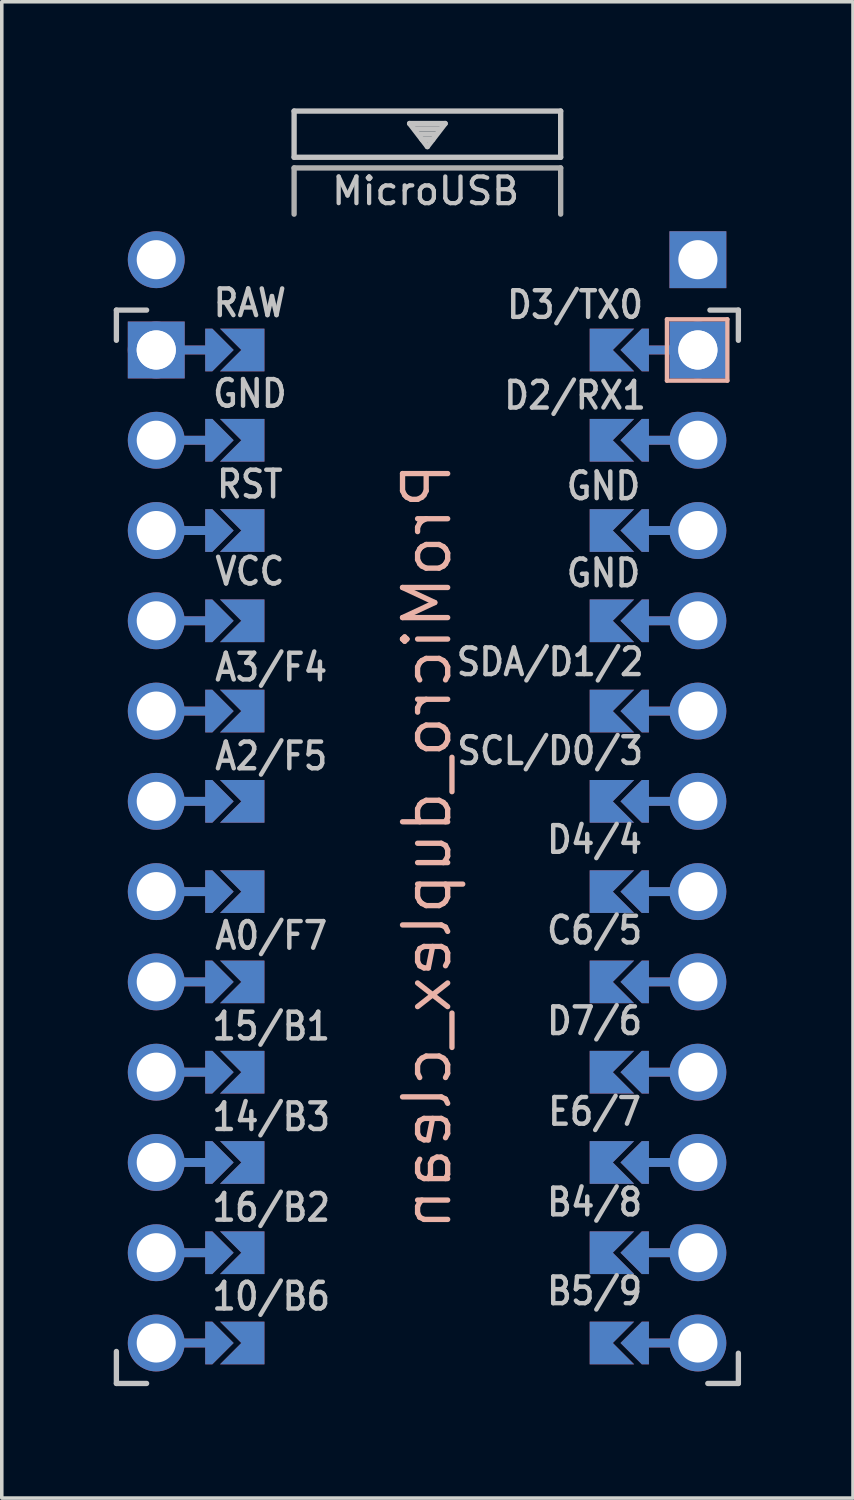
<source format=kicad_pcb>
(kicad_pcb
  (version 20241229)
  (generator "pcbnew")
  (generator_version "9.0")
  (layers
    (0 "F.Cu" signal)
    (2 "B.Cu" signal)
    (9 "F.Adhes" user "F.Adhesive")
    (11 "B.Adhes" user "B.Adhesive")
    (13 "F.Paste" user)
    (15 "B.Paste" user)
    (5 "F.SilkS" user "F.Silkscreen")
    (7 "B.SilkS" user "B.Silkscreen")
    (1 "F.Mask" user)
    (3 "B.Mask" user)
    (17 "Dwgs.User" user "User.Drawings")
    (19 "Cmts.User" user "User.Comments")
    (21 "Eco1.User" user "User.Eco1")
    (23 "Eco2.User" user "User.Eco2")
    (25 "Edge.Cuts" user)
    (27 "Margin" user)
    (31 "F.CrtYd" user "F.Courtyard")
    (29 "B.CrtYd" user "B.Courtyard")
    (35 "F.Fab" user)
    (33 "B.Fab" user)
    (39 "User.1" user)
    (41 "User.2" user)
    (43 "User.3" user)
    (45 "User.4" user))
  (footprint "ProMicro_duplex_clean"
    (layer "F.Cu")
    (at 8.966 20.767)
    (property "Reference" "ProMicro_duplex_clean" (at 0 0 90) (layer "B.SilkS") (effects (font (size 1.27 1.27) (thickness 0.15)) (justify mirror)))
    (attr through_hole)
    (fp_poly (pts (xy -5.08 -13.462) (xy -5.08 -14.478) (xy -6.096 -14.478) (xy -6.096 -13.462)) (stroke (width 0.1) (type solid)) (fill yes) (layer "F.Mask"))
    (fp_poly (pts (xy -5.08 -10.922) (xy -5.08 -11.938) (xy -6.096 -11.938) (xy -6.096 -10.922)) (stroke (width 0.1) (type solid)) (fill yes) (layer "F.Mask"))
    (fp_poly (pts (xy -5.08 -8.382) (xy -5.08 -9.398) (xy -6.096 -9.398) (xy -6.096 -8.382)) (stroke (width 0.1) (type solid)) (fill yes) (layer "F.Mask"))
    (fp_poly (pts (xy -5.08 -5.842) (xy -5.08 -6.858) (xy -6.096 -6.858) (xy -6.096 -5.842)) (stroke (width 0.1) (type solid)) (fill yes) (layer "F.Mask"))
    (fp_poly (pts (xy -5.08 -3.302) (xy -5.08 -4.318) (xy -6.096 -4.318) (xy -6.096 -3.302)) (stroke (width 0.1) (type solid)) (fill yes) (layer "F.Mask"))
    (fp_poly (pts (xy -5.08 -0.762) (xy -5.08 -1.778) (xy -6.096 -1.778) (xy -6.096 -0.762)) (stroke (width 0.1) (type solid)) (fill yes) (layer "F.Mask"))
    (fp_poly (pts (xy -5.08 1.778) (xy -5.08 0.762) (xy -6.096 0.762) (xy -6.096 1.778)) (stroke (width 0.1) (type solid)) (fill yes) (layer "F.Mask"))
    (fp_poly (pts (xy -5.08 4.318) (xy -5.08 3.302) (xy -6.096 3.302) (xy -6.096 4.318)) (stroke (width 0.1) (type solid)) (fill yes) (layer "F.Mask"))
    (fp_poly (pts (xy -5.08 6.858) (xy -5.08 5.842) (xy -6.096 5.842) (xy -6.096 6.858)) (stroke (width 0.1) (type solid)) (fill yes) (layer "F.Mask"))
    (fp_poly (pts (xy -5.08 9.398) (xy -5.08 8.382) (xy -6.096 8.382) (xy -6.096 9.398)) (stroke (width 0.1) (type solid)) (fill yes) (layer "F.Mask"))
    (fp_poly (pts (xy -5.08 11.938) (xy -5.08 10.922) (xy -6.096 10.922) (xy -6.096 11.938)) (stroke (width 0.1) (type solid)) (fill yes) (layer "F.Mask"))
    (fp_poly (pts (xy -5.08 14.478) (xy -5.08 13.462) (xy -6.096 13.462) (xy -6.096 14.478)) (stroke (width 0.1) (type solid)) (fill yes) (layer "F.Mask"))
    (fp_poly (pts (xy 5.08 -14.478) (xy 5.08 -13.462) (xy 6.096 -13.462) (xy 6.096 -14.478)) (stroke (width 0.1) (type solid)) (fill yes) (layer "F.Mask"))
    (fp_poly (pts (xy 5.08 -11.938) (xy 5.08 -10.922) (xy 6.096 -10.922) (xy 6.096 -11.938)) (stroke (width 0.1) (type solid)) (fill yes) (layer "F.Mask"))
    (fp_poly (pts (xy 5.08 -9.398) (xy 5.08 -8.382) (xy 6.096 -8.382) (xy 6.096 -9.398)) (stroke (width 0.1) (type solid)) (fill yes) (layer "F.Mask"))
    (fp_poly (pts (xy 5.08 -6.858) (xy 5.08 -5.842) (xy 6.096 -5.842) (xy 6.096 -6.858)) (stroke (width 0.1) (type solid)) (fill yes) (layer "F.Mask"))
    (fp_poly (pts (xy 5.08 -4.318) (xy 5.08 -3.302) (xy 6.096 -3.302) (xy 6.096 -4.318)) (stroke (width 0.1) (type solid)) (fill yes) (layer "F.Mask"))
    (fp_poly (pts (xy 5.08 -1.778) (xy 5.08 -0.762) (xy 6.096 -0.762) (xy 6.096 -1.778)) (stroke (width 0.1) (type solid)) (fill yes) (layer "F.Mask"))
    (fp_poly (pts (xy 5.08 0.762) (xy 5.08 1.778) (xy 6.096 1.778) (xy 6.096 0.762)) (stroke (width 0.1) (type solid)) (fill yes) (layer "F.Mask"))
    (fp_poly (pts (xy 5.08 3.302) (xy 5.08 4.318) (xy 6.096 4.318) (xy 6.096 3.302)) (stroke (width 0.1) (type solid)) (fill yes) (layer "F.Mask"))
    (fp_poly (pts (xy 5.08 5.842) (xy 5.08 6.858) (xy 6.096 6.858) (xy 6.096 5.842)) (stroke (width 0.1) (type solid)) (fill yes) (layer "F.Mask"))
    (fp_poly (pts (xy 5.08 8.382) (xy 5.08 9.398) (xy 6.096 9.398) (xy 6.096 8.382)) (stroke (width 0.1) (type solid)) (fill yes) (layer "F.Mask"))
    (fp_poly (pts (xy 5.08 10.922) (xy 5.08 11.938) (xy 6.096 11.938) (xy 6.096 10.922)) (stroke (width 0.1) (type solid)) (fill yes) (layer "F.Mask"))
    (fp_poly (pts (xy 5.08 13.462) (xy 5.08 14.478) (xy 6.096 14.478) (xy 6.096 13.462)) (stroke (width 0.1) (type solid)) (fill yes) (layer "F.Mask"))
    (fp_poly (pts (xy -5.08 -13.462) (xy -5.08 -14.478) (xy -6.096 -14.478) (xy -6.096 -13.462)) (stroke (width 0.1) (type solid)) (fill yes) (layer "B.Mask"))
    (fp_poly (pts (xy -5.08 -10.922) (xy -5.08 -11.938) (xy -6.096 -11.938) (xy -6.096 -10.922)) (stroke (width 0.1) (type solid)) (fill yes) (layer "B.Mask"))
    (fp_poly (pts (xy -5.08 -8.382) (xy -5.08 -9.398) (xy -6.096 -9.398) (xy -6.096 -8.382)) (stroke (width 0.1) (type solid)) (fill yes) (layer "B.Mask"))
    (fp_poly (pts (xy -5.08 -5.842) (xy -5.08 -6.858) (xy -6.096 -6.858) (xy -6.096 -5.842)) (stroke (width 0.1) (type solid)) (fill yes) (layer "B.Mask"))
    (fp_poly (pts (xy -5.08 -3.302) (xy -5.08 -4.318) (xy -6.096 -4.318) (xy -6.096 -3.302)) (stroke (width 0.1) (type solid)) (fill yes) (layer "B.Mask"))
    (fp_poly (pts (xy -5.08 -0.762) (xy -5.08 -1.778) (xy -6.096 -1.778) (xy -6.096 -0.762)) (stroke (width 0.1) (type solid)) (fill yes) (layer "B.Mask"))
    (fp_poly (pts (xy -5.08 1.778) (xy -5.08 0.762) (xy -6.096 0.762) (xy -6.096 1.778)) (stroke (width 0.1) (type solid)) (fill yes) (layer "B.Mask"))
    (fp_poly (pts (xy -5.08 4.318) (xy -5.08 3.302) (xy -6.096 3.302) (xy -6.096 4.318)) (stroke (width 0.1) (type solid)) (fill yes) (layer "B.Mask"))
    (fp_poly (pts (xy -5.08 6.858) (xy -5.08 5.842) (xy -6.096 5.842) (xy -6.096 6.858)) (stroke (width 0.1) (type solid)) (fill yes) (layer "B.Mask"))
    (fp_poly (pts (xy -5.08 9.398) (xy -5.08 8.382) (xy -6.096 8.382) (xy -6.096 9.398)) (stroke (width 0.1) (type solid)) (fill yes) (layer "B.Mask"))
    (fp_poly (pts (xy -5.08 11.938) (xy -5.08 10.922) (xy -6.096 10.922) (xy -6.096 11.938)) (stroke (width 0.1) (type solid)) (fill yes) (layer "B.Mask"))
    (fp_poly (pts (xy -5.08 14.478) (xy -5.08 13.462) (xy -6.096 13.462) (xy -6.096 14.478)) (stroke (width 0.1) (type solid)) (fill yes) (layer "B.Mask"))
    (fp_poly (pts (xy 5.08 -14.478) (xy 5.08 -13.462) (xy 6.096 -13.462) (xy 6.096 -14.478)) (stroke (width 0.1) (type solid)) (fill yes) (layer "B.Mask"))
    (fp_poly (pts (xy 5.08 -11.938) (xy 5.08 -10.922) (xy 6.096 -10.922) (xy 6.096 -11.938)) (stroke (width 0.1) (type solid)) (fill yes) (layer "B.Mask"))
    (fp_poly (pts (xy 5.08 -9.398) (xy 5.08 -8.382) (xy 6.096 -8.382) (xy 6.096 -9.398)) (stroke (width 0.1) (type solid)) (fill yes) (layer "B.Mask"))
    (fp_poly (pts (xy 5.08 -6.858) (xy 5.08 -5.842) (xy 6.096 -5.842) (xy 6.096 -6.858)) (stroke (width 0.1) (type solid)) (fill yes) (layer "B.Mask"))
    (fp_poly (pts (xy 5.08 -4.318) (xy 5.08 -3.302) (xy 6.096 -3.302) (xy 6.096 -4.318)) (stroke (width 0.1) (type solid)) (fill yes) (layer "B.Mask"))
    (fp_poly (pts (xy 5.08 -1.778) (xy 5.08 -0.762) (xy 6.096 -0.762) (xy 6.096 -1.778)) (stroke (width 0.1) (type solid)) (fill yes) (layer "B.Mask"))
    (fp_poly (pts (xy 5.08 0.762) (xy 5.08 1.778) (xy 6.096 1.778) (xy 6.096 0.762)) (stroke (width 0.1) (type solid)) (fill yes) (layer "B.Mask"))
    (fp_poly (pts (xy 5.08 3.302) (xy 5.08 4.318) (xy 6.096 4.318) (xy 6.096 3.302)) (stroke (width 0.1) (type solid)) (fill yes) (layer "B.Mask"))
    (fp_poly (pts (xy 5.08 5.842) (xy 5.08 6.858) (xy 6.096 6.858) (xy 6.096 5.842)) (stroke (width 0.1) (type solid)) (fill yes) (layer "B.Mask"))
    (fp_poly (pts (xy 5.08 8.382) (xy 5.08 9.398) (xy 6.096 9.398) (xy 6.096 8.382)) (stroke (width 0.1) (type solid)) (fill yes) (layer "B.Mask"))
    (fp_poly (pts (xy 5.08 10.922) (xy 5.08 11.938) (xy 6.096 11.938) (xy 6.096 10.922)) (stroke (width 0.1) (type solid)) (fill yes) (layer "B.Mask"))
    (fp_poly (pts (xy 5.08 13.462) (xy 5.08 14.478) (xy 6.096 14.478) (xy 6.096 13.462)) (stroke (width 0.1) (type solid)) (fill yes) (layer "B.Mask"))
    (fp_line (start 6.748 -14.834) (end 8.45 -14.834) (stroke (width 0.12) (type solid)) (layer "B.SilkS"))
    (fp_line (start 6.748 -13.106) (end 6.748 -14.834) (stroke (width 0.12) (type solid)) (layer "B.SilkS"))
    (fp_line (start 8.45 -13.106) (end 6.748 -13.106) (stroke (width 0.12) (type solid)) (layer "B.SilkS"))
    (fp_line (start 8.45 -13.106) (end 8.45 -14.834) (stroke (width 0.12) (type solid)) (layer "B.SilkS"))
    (fp_line (start -8.741 -15.092) (end -8.741 -14.242) (stroke (width 0.15) (type solid)) (layer "Dwgs.User"))
    (fp_line (start -8.741 -15.092) (end -7.891 -15.092) (stroke (width 0.15) (type solid)) (layer "Dwgs.User"))
    (fp_line (start -8.741 14.208) (end -8.741 15.108) (stroke (width 0.15) (type solid)) (layer "Dwgs.User"))
    (fp_line (start -8.741 15.108) (end -7.891 15.108) (stroke (width 0.15) (type solid)) (layer "Dwgs.User"))
    (fp_line (start -3.741 -20.692) (end -3.741 -19.392) (stroke (width 0.15) (type solid)) (layer "Dwgs.User"))
    (fp_line (start -3.741 -19.392) (end 3.759 -19.392) (stroke (width 0.15) (type solid)) (layer "Dwgs.User"))
    (fp_line (start -0.491 -20.342) (end 0.509 -20.342) (stroke (width 0.15) (type solid)) (layer "Dwgs.User"))
    (fp_line (start -0.341 -20.192) (end 0.359 -20.192) (stroke (width 0.15) (type solid)) (layer "Dwgs.User"))
    (fp_line (start -0.241 -20.042) (end 0.259 -20.042) (stroke (width 0.15) (type solid)) (layer "Dwgs.User"))
    (fp_line (start -0.141 -19.892) (end 0.159 -19.892) (stroke (width 0.15) (type solid)) (layer "Dwgs.User"))
    (fp_line (start 0.009 -19.692) (end -0.491 -20.342) (stroke (width 0.15) (type solid)) (layer "Dwgs.User"))
    (fp_line (start 0.509 -20.342) (end 0.009 -19.692) (stroke (width 0.15) (type solid)) (layer "Dwgs.User"))
    (fp_line (start 3.759 -20.692) (end -3.741 -20.692) (stroke (width 0.15) (type solid)) (layer "Dwgs.User"))
    (fp_line (start 3.759 -19.392) (end 3.759 -20.692) (stroke (width 0.15) (type solid)) (layer "Dwgs.User"))
    (fp_line (start 8.759 -15.092) (end 7.959 -15.092) (stroke (width 0.15) (type solid)) (layer "Dwgs.User"))
    (fp_line (start 8.759 -15.092) (end 8.759 -14.242) (stroke (width 0.15) (type solid)) (layer "Dwgs.User"))
    (fp_line (start 8.759 14.258) (end 8.759 15.108) (stroke (width 0.15) (type solid)) (layer "Dwgs.User"))
    (fp_line (start 8.759 15.108) (end 7.899 15.108) (stroke (width 0.15) (type solid)) (layer "Dwgs.User"))
    (fp_line (start -8.891 -17.792) (end -3.741 -17.792) (stroke (width 0.15) (type solid)) (layer "Eco1.User"))
    (fp_line (start -8.891 15.258) (end -8.891 -17.792) (stroke (width 0.15) (type solid)) (layer "Eco1.User"))
    (fp_line (start -3.741 -17.792) (end 3.759 -17.792) (stroke (width 0.15) (type solid)) (layer "Eco1.User"))
    (fp_line (start 3.769 -17.792) (end 8.909 -17.792) (stroke (width 0.15) (type solid)) (layer "Eco1.User"))
    (fp_line (start 8.909 -17.792) (end 8.909 15.258) (stroke (width 0.15) (type solid)) (layer "Eco1.User"))
    (fp_line (start 8.909 15.258) (end -8.891 15.258) (stroke (width 0.15) (type solid)) (layer "Eco1.User"))
    (fp_line (start -3.741 -19.092) (end -3.741 -17.791) (stroke (width 0.15) (type solid)) (layer "F.Fab"))
    (fp_line (start -3.741 -19.092) (end 3.759 -19.092) (stroke (width 0.15) (type solid)) (layer "F.Fab"))
    (fp_line (start 3.759 -19.092) (end 3.759 -17.792) (stroke (width 0.15) (type solid)) (layer "F.Fab"))
    (fp_text user "A3/F4" (at -4.386 -5.042 0) (unlocked yes) (layer "Dwgs.User") (effects (font (size 0.75 0.67) (thickness 0.125))))
    (fp_text user "14/B3" (at -4.386 7.608 0) (unlocked yes) (layer "Dwgs.User") (effects (font (size 0.75 0.67) (thickness 0.125))))
    (fp_text user "RAW" (at -4.986 -15.292 0) (unlocked yes) (layer "Dwgs.User") (effects (font (size 0.75 0.67) (thickness 0.125))))
    (fp_text user "D3/TX0" (at 4.164 -15.242 0) (unlocked yes) (layer "Dwgs.User") (effects (font (size 0.75 0.67) (thickness 0.125))))
    (fp_text user "D2/RX1" (at 4.164 -12.692 0) (unlocked yes) (layer "Dwgs.User") (effects (font (size 0.75 0.67) (thickness 0.125))))
    (fp_text user "A2/F5" (at -4.386 -2.542 0) (unlocked yes) (layer "Dwgs.User") (effects (font (size 0.75 0.67) (thickness 0.125))))
    (fp_text user "VCC" (at -4.986 -7.742 0) (unlocked yes) (layer "Dwgs.User") (effects (font (size 0.75 0.67) (thickness 0.125))))
    (fp_text user "B4/8" (at 4.714 10.008 0) (unlocked yes) (layer "Dwgs.User") (effects (font (size 0.75 0.67) (thickness 0.125))))
    (fp_text user "SCL/D0/3" (at 3.464 -2.692 0) (unlocked yes) (layer "Dwgs.User") (effects (font (size 0.75 0.67) (thickness 0.125))))
    (fp_text user "MicroUSB" (at -0.041 -18.442 0) (layer "Dwgs.User") (effects (font (size 0.75 0.75) (thickness 0.12))))
    (fp_text user "SDA/D1/2" (at 3.464 -5.192 0) (unlocked yes) (layer "Dwgs.User") (effects (font (size 0.75 0.67) (thickness 0.125))))
    (fp_text user "GND" (at -4.986 -12.742 0) (unlocked yes) (layer "Dwgs.User") (effects (font (size 0.75 0.67) (thickness 0.125))))
    (fp_text user "16/B2" (at -4.386 10.158 0) (unlocked yes) (layer "Dwgs.User") (effects (font (size 0.75 0.67) (thickness 0.125))))
    (fp_text user "B5/9" (at 4.714 12.508 0) (unlocked yes) (layer "Dwgs.User") (effects (font (size 0.75 0.67) (thickness 0.125))))
    (fp_text user "E6/7" (at 4.714 7.458 0) (unlocked yes) (layer "Dwgs.User") (effects (font (size 0.75 0.67) (thickness 0.125))))
    (fp_text user "C6/5" (at 4.714 2.358 0) (unlocked yes) (layer "Dwgs.User") (effects (font (size 0.75 0.67) (thickness 0.125))))
    (fp_text user "RST" (at -4.986 -10.192 0) (unlocked yes) (layer "Dwgs.User") (effects (font (size 0.75 0.67) (thickness 0.125))))
    (fp_text user "10/B6" (at -4.386 12.658 0) (unlocked yes) (layer "Dwgs.User") (effects (font (size 0.75 0.67) (thickness 0.125))))
    (fp_text user "GND" (at 4.964 -10.142 0) (unlocked yes) (layer "Dwgs.User") (effects (font (size 0.75 0.67) (thickness 0.125))))
    (fp_text user "D4/4" (at 4.714 -0.192 0) (unlocked yes) (layer "Dwgs.User") (effects (font (size 0.75 0.67) (thickness 0.125))))
    (fp_text user "GND" (at 4.964 -7.692 0) (unlocked yes) (layer "Dwgs.User") (effects (font (size 0.75 0.67) (thickness 0.125))))
    (fp_text user "D7/6" (at 4.714 4.908 0) (unlocked yes) (layer "Dwgs.User") (effects (font (size 0.75 0.67) (thickness 0.125))))
    (fp_text user "A0/F7" (at -4.386 2.508 0) (unlocked yes) (layer "Dwgs.User") (effects (font (size 0.75 0.67) (thickness 0.125))))
    (fp_text user "15/B1" (at -4.386 5.058 0) (unlocked yes) (layer "Dwgs.User") (effects (font (size 0.75 0.67) (thickness 0.125))))
    (pad "" thru_hole circle (at -7.62 -13.97 90) (size 1.6 1.6) (drill 1.1) (layers "*.Cu" "*.Mask"))
    (pad "" thru_hole rect (at -7.62 -13.97 90) (size 1.6 1.6) (drill 1.1) (layers "*.Cu" "F.Mask"))
    (pad "" thru_hole circle (at -7.62 -11.43 90) (size 1.6 1.6) (drill 1.1) (layers "*.Cu" "*.Mask"))
    (pad "" thru_hole circle (at -7.62 -8.89 90) (size 1.6 1.6) (drill 1.1) (layers "*.Cu" "*.Mask"))
    (pad "" thru_hole circle (at -7.62 -6.35 90) (size 1.6 1.6) (drill 1.1) (layers "*.Cu" "*.Mask"))
    (pad "" thru_hole circle (at -7.62 -3.81 90) (size 1.6 1.6) (drill 1.1) (layers "*.Cu" "*.Mask"))
    (pad "" thru_hole circle (at -7.62 -1.27 90) (size 1.6 1.6) (drill 1.1) (layers "*.Cu" "*.Mask"))
    (pad "" thru_hole circle (at -7.62 1.27 90) (size 1.6 1.6) (drill 1.1) (layers "*.Cu" "*.Mask"))
    (pad "" thru_hole circle (at -7.62 3.81 90) (size 1.6 1.6) (drill 1.1) (layers "*.Cu" "*.Mask"))
    (pad "" thru_hole circle (at -7.62 6.35 90) (size 1.6 1.6) (drill 1.1) (layers "*.Cu" "*.Mask"))
    (pad "" thru_hole circle (at -7.62 8.89 90) (size 1.6 1.6) (drill 1.1) (layers "*.Cu" "*.Mask"))
    (pad "" thru_hole circle (at -7.62 11.43 90) (size 1.6 1.6) (drill 1.1) (layers "*.Cu" "*.Mask"))
    (pad "" thru_hole circle (at -7.62 13.97 90) (size 1.6 1.6) (drill 1.1) (layers "*.Cu" "*.Mask"))
    (pad "" smd custom (at -6.35 -13.97 90) (size 0.25 1) (layers "F.Cu") (options (anchor rect)) (primitives))
    (pad "" smd custom (at -6.35 -13.97 90) (size 0.25 1) (layers "B.Cu") (options (anchor rect)) (primitives))
    (pad "" smd custom (at -6.35 -11.43 90) (size 0.25 1) (layers "F.Cu") (options (anchor rect)) (primitives))
    (pad "" smd custom (at -6.35 -11.43 90) (size 0.25 1) (layers "B.Cu") (options (anchor rect)) (primitives))
    (pad "" smd custom (at -6.35 -8.89 90) (size 0.25 1) (layers "F.Cu") (options (anchor rect)) (primitives))
    (pad "" smd custom (at -6.35 -8.89 90) (size 0.25 1) (layers "B.Cu") (options (anchor rect)) (primitives))
    (pad "" smd custom (at -6.35 -6.35 90) (size 0.25 1) (layers "F.Cu") (options (anchor rect)) (primitives))
    (pad "" smd custom (at -6.35 -6.35 90) (size 0.25 1) (layers "B.Cu") (options (anchor rect)) (primitives))
    (pad "" smd custom (at -6.35 -3.81 90) (size 0.25 1) (layers "F.Cu") (options (anchor rect)) (primitives))
    (pad "" smd custom (at -6.35 -3.81 90) (size 0.25 1) (layers "B.Cu") (options (anchor rect)) (primitives))
    (pad "" smd custom (at -6.35 -1.27 90) (size 0.25 1) (layers "F.Cu") (options (anchor rect)) (primitives))
    (pad "" smd custom (at -6.35 -1.27 90) (size 0.25 1) (layers "B.Cu") (options (anchor rect)) (primitives))
    (pad "" smd custom (at -6.35 1.27 90) (size 0.25 1) (layers "F.Cu") (options (anchor rect)) (primitives))
    (pad "" smd custom (at -6.35 1.27 90) (size 0.25 1) (layers "B.Cu") (options (anchor rect)) (primitives))
    (pad "" smd custom (at -6.35 3.81 90) (size 0.25 1) (layers "F.Cu") (options (anchor rect)) (primitives))
    (pad "" smd custom (at -6.35 3.81 90) (size 0.25 1) (layers "B.Cu") (options (anchor rect)) (primitives))
    (pad "" smd custom (at -6.35 6.35 90) (size 0.25 1) (layers "F.Cu") (options (anchor rect)) (primitives))
    (pad "" smd custom (at -6.35 6.35 90) (size 0.25 1) (layers "B.Cu") (options (anchor rect)) (primitives))
    (pad "" smd custom (at -6.35 8.89 90) (size 0.25 1) (layers "F.Cu") (options (anchor rect)) (primitives))
    (pad "" smd custom (at -6.35 8.89 90) (size 0.25 1) (layers "B.Cu") (options (anchor rect)) (primitives))
    (pad "" smd custom (at -6.35 11.43 90) (size 0.25 1) (layers "F.Cu") (options (anchor rect)) (primitives))
    (pad "" smd custom (at -6.35 11.43 90) (size 0.25 1) (layers "B.Cu") (options (anchor rect)) (primitives))
    (pad "" smd custom (at -6.35 13.97 90) (size 0.25 1) (layers "F.Cu") (options (anchor rect)) (primitives))
    (pad "" smd custom (at -6.35 13.97 90) (size 0.25 1) (layers "B.Cu") (options (anchor rect)) (primitives))
    (pad "" smd custom (at -5.842 -13.97 90) (size 0.1 0.1) (layers "F.Cu" "F.Mask") (options (anchor rect)) (primitives (gr_poly (pts (xy -0.6 -0.2) (xy 0 0.4) (xy 0.6 -0.2) (xy 0.6 -0.4) (xy -0.6 -0.4)) (width 0) (fill yes))))
    (pad "" smd custom (at -5.842 -13.97 90) (size 0.1 0.1) (layers "B.Cu" "B.Mask") (options (anchor rect)) (primitives (gr_poly (pts (xy -0.6 -0.2) (xy 0 0.4) (xy 0.6 -0.2) (xy 0.6 -0.4) (xy -0.6 -0.4)) (width 0) (fill yes))))
    (pad "" smd custom (at -5.842 -11.43 90) (size 0.1 0.1) (layers "F.Cu" "F.Mask") (options (anchor rect)) (primitives (gr_poly (pts (xy -0.6 -0.2) (xy 0 0.4) (xy 0.6 -0.2) (xy 0.6 -0.4) (xy -0.6 -0.4)) (width 0) (fill yes))))
    (pad "" smd custom (at -5.842 -11.43 90) (size 0.1 0.1) (layers "B.Cu" "B.Mask") (options (anchor rect)) (primitives (gr_poly (pts (xy -0.6 -0.2) (xy 0 0.4) (xy 0.6 -0.2) (xy 0.6 -0.4) (xy -0.6 -0.4)) (width 0) (fill yes))))
    (pad "" smd custom (at -5.842 -8.89 90) (size 0.1 0.1) (layers "F.Cu" "F.Mask") (options (anchor rect)) (primitives (gr_poly (pts (xy -0.6 -0.2) (xy 0 0.4) (xy 0.6 -0.2) (xy 0.6 -0.4) (xy -0.6 -0.4)) (width 0) (fill yes))))
    (pad "" smd custom (at -5.842 -8.89 90) (size 0.1 0.1) (layers "B.Cu" "B.Mask") (options (anchor rect)) (primitives (gr_poly (pts (xy -0.6 -0.2) (xy 0 0.4) (xy 0.6 -0.2) (xy 0.6 -0.4) (xy -0.6 -0.4)) (width 0) (fill yes))))
    (pad "" smd custom (at -5.842 -6.35 90) (size 0.1 0.1) (layers "F.Cu" "F.Mask") (options (anchor rect)) (primitives (gr_poly (pts (xy -0.6 -0.2) (xy 0 0.4) (xy 0.6 -0.2) (xy 0.6 -0.4) (xy -0.6 -0.4)) (width 0) (fill yes))))
    (pad "" smd custom (at -5.842 -6.35 90) (size 0.1 0.1) (layers "B.Cu" "B.Mask") (options (anchor rect)) (primitives (gr_poly (pts (xy -0.6 -0.2) (xy 0 0.4) (xy 0.6 -0.2) (xy 0.6 -0.4) (xy -0.6 -0.4)) (width 0) (fill yes))))
    (pad "" smd custom (at -5.842 -3.81 90) (size 0.1 0.1) (layers "F.Cu" "F.Mask") (options (anchor rect)) (primitives (gr_poly (pts (xy -0.6 -0.2) (xy 0 0.4) (xy 0.6 -0.2) (xy 0.6 -0.4) (xy -0.6 -0.4)) (width 0) (fill yes))))
    (pad "" smd custom (at -5.842 -3.81 90) (size 0.1 0.1) (layers "B.Cu" "B.Mask") (options (anchor rect)) (primitives (gr_poly (pts (xy -0.6 -0.2) (xy 0 0.4) (xy 0.6 -0.2) (xy 0.6 -0.4) (xy -0.6 -0.4)) (width 0) (fill yes))))
    (pad "" smd custom (at -5.842 -1.27 90) (size 0.1 0.1) (layers "F.Cu" "F.Mask") (options (anchor rect)) (primitives (gr_poly (pts (xy -0.6 -0.2) (xy 0 0.4) (xy 0.6 -0.2) (xy 0.6 -0.4) (xy -0.6 -0.4)) (width 0) (fill yes))))
    (pad "" smd custom (at -5.842 -1.27 90) (size 0.1 0.1) (layers "B.Cu" "B.Mask") (options (anchor rect)) (primitives (gr_poly (pts (xy -0.6 -0.2) (xy 0 0.4) (xy 0.6 -0.2) (xy 0.6 -0.4) (xy -0.6 -0.4)) (width 0) (fill yes))))
    (pad "" smd custom (at -5.842 1.27 90) (size 0.1 0.1) (layers "F.Cu" "F.Mask") (options (anchor rect)) (primitives (gr_poly (pts (xy -0.6 -0.2) (xy 0 0.4) (xy 0.6 -0.2) (xy 0.6 -0.4) (xy -0.6 -0.4)) (width 0) (fill yes))))
    (pad "" smd custom (at -5.842 1.27 90) (size 0.1 0.1) (layers "B.Cu" "B.Mask") (options (anchor rect)) (primitives (gr_poly (pts (xy -0.6 -0.2) (xy 0 0.4) (xy 0.6 -0.2) (xy 0.6 -0.4) (xy -0.6 -0.4)) (width 0) (fill yes))))
    (pad "" smd custom (at -5.842 3.81 90) (size 0.1 0.1) (layers "F.Cu" "F.Mask") (options (anchor rect)) (primitives (gr_poly (pts (xy -0.6 -0.2) (xy 0 0.4) (xy 0.6 -0.2) (xy 0.6 -0.4) (xy -0.6 -0.4)) (width 0) (fill yes))))
    (pad "" smd custom (at -5.842 3.81 90) (size 0.1 0.1) (layers "B.Cu" "B.Mask") (options (anchor rect)) (primitives (gr_poly (pts (xy -0.6 -0.2) (xy 0 0.4) (xy 0.6 -0.2) (xy 0.6 -0.4) (xy -0.6 -0.4)) (width 0) (fill yes))))
    (pad "" smd custom (at -5.842 6.35 90) (size 0.1 0.1) (layers "F.Cu" "F.Mask") (options (anchor rect)) (primitives (gr_poly (pts (xy -0.6 -0.2) (xy 0 0.4) (xy 0.6 -0.2) (xy 0.6 -0.4) (xy -0.6 -0.4)) (width 0) (fill yes))))
    (pad "" smd custom (at -5.842 6.35 90) (size 0.1 0.1) (layers "B.Cu" "B.Mask") (options (anchor rect)) (primitives (gr_poly (pts (xy -0.6 -0.2) (xy 0 0.4) (xy 0.6 -0.2) (xy 0.6 -0.4) (xy -0.6 -0.4)) (width 0) (fill yes))))
    (pad "" smd custom (at -5.842 8.89 90) (size 0.1 0.1) (layers "F.Cu" "F.Mask") (options (anchor rect)) (primitives (gr_poly (pts (xy -0.6 -0.2) (xy 0 0.4) (xy 0.6 -0.2) (xy 0.6 -0.4) (xy -0.6 -0.4)) (width 0) (fill yes))))
    (pad "" smd custom (at -5.842 8.89 90) (size 0.1 0.1) (layers "B.Cu" "B.Mask") (options (anchor rect)) (primitives (gr_poly (pts (xy -0.6 -0.2) (xy 0 0.4) (xy 0.6 -0.2) (xy 0.6 -0.4) (xy -0.6 -0.4)) (width 0) (fill yes))))
    (pad "" smd custom (at -5.842 11.43 90) (size 0.1 0.1) (layers "F.Cu" "F.Mask") (options (anchor rect)) (primitives (gr_poly (pts (xy -0.6 -0.2) (xy 0 0.4) (xy 0.6 -0.2) (xy 0.6 -0.4) (xy -0.6 -0.4)) (width 0) (fill yes))))
    (pad "" smd custom (at -5.842 11.43 90) (size 0.1 0.1) (layers "B.Cu" "B.Mask") (options (anchor rect)) (primitives (gr_poly (pts (xy -0.6 -0.2) (xy 0 0.4) (xy 0.6 -0.2) (xy 0.6 -0.4) (xy -0.6 -0.4)) (width 0) (fill yes))))
    (pad "" smd custom (at -5.842 13.97 90) (size 0.1 0.1) (layers "F.Cu" "F.Mask") (options (anchor rect)) (primitives (gr_poly (pts (xy -0.6 -0.2) (xy 0 0.4) (xy 0.6 -0.2) (xy 0.6 -0.4) (xy -0.6 -0.4)) (width 0) (fill yes))))
    (pad "" smd custom (at -5.842 13.97 90) (size 0.1 0.1) (layers "B.Cu" "B.Mask") (options (anchor rect)) (primitives (gr_poly (pts (xy -0.6 -0.2) (xy 0 0.4) (xy 0.6 -0.2) (xy 0.6 -0.4) (xy -0.6 -0.4)) (width 0) (fill yes))))
    (pad "" smd custom (at 5.842 -13.97 270) (size 0.1 0.1) (layers "F.Cu" "F.Mask") (options (anchor rect)) (primitives (gr_poly (pts (xy -0.6 -0.2) (xy 0 0.4) (xy 0.6 -0.2) (xy 0.6 -0.4) (xy -0.6 -0.4)) (width 0) (fill yes))))
    (pad "" smd custom (at 5.842 -13.97 270) (size 0.1 0.1) (layers "B.Cu" "B.Mask") (options (anchor rect)) (primitives (gr_poly (pts (xy -0.6 -0.2) (xy 0 0.4) (xy 0.6 -0.2) (xy 0.6 -0.4) (xy -0.6 -0.4)) (width 0) (fill yes))))
    (pad "" smd custom (at 5.842 -11.43 270) (size 0.1 0.1) (layers "F.Cu" "F.Mask") (options (anchor rect)) (primitives (gr_poly (pts (xy -0.6 -0.2) (xy 0 0.4) (xy 0.6 -0.2) (xy 0.6 -0.4) (xy -0.6 -0.4)) (width 0) (fill yes))))
    (pad "" smd custom (at 5.842 -11.43 270) (size 0.1 0.1) (layers "B.Cu" "B.Mask") (options (anchor rect)) (primitives (gr_poly (pts (xy -0.6 -0.2) (xy 0 0.4) (xy 0.6 -0.2) (xy 0.6 -0.4) (xy -0.6 -0.4)) (width 0) (fill yes))))
    (pad "" smd custom (at 5.842 -8.89 270) (size 0.1 0.1) (layers "F.Cu" "F.Mask") (options (anchor rect)) (primitives (gr_poly (pts (xy -0.6 -0.2) (xy 0 0.4) (xy 0.6 -0.2) (xy 0.6 -0.4) (xy -0.6 -0.4)) (width 0) (fill yes))))
    (pad "" smd custom (at 5.842 -8.89 270) (size 0.1 0.1) (layers "B.Cu" "B.Mask") (options (anchor rect)) (primitives (gr_poly (pts (xy -0.6 -0.2) (xy 0 0.4) (xy 0.6 -0.2) (xy 0.6 -0.4) (xy -0.6 -0.4)) (width 0) (fill yes))))
    (pad "" smd custom (at 5.842 -6.35 270) (size 0.1 0.1) (layers "F.Cu" "F.Mask") (options (anchor rect)) (primitives (gr_poly (pts (xy -0.6 -0.2) (xy 0 0.4) (xy 0.6 -0.2) (xy 0.6 -0.4) (xy -0.6 -0.4)) (width 0) (fill yes))))
    (pad "" smd custom (at 5.842 -6.35 270) (size 0.1 0.1) (layers "B.Cu" "B.Mask") (options (anchor rect)) (primitives (gr_poly (pts (xy -0.6 -0.2) (xy 0 0.4) (xy 0.6 -0.2) (xy 0.6 -0.4) (xy -0.6 -0.4)) (width 0) (fill yes))))
    (pad "" smd custom (at 5.842 -3.81 270) (size 0.1 0.1) (layers "F.Cu" "F.Mask") (options (anchor rect)) (primitives (gr_poly (pts (xy -0.6 -0.2) (xy 0 0.4) (xy 0.6 -0.2) (xy 0.6 -0.4) (xy -0.6 -0.4)) (width 0) (fill yes))))
    (pad "" smd custom (at 5.842 -3.81 270) (size 0.1 0.1) (layers "B.Cu" "B.Mask") (options (anchor rect)) (primitives (gr_poly (pts (xy -0.6 -0.2) (xy 0 0.4) (xy 0.6 -0.2) (xy 0.6 -0.4) (xy -0.6 -0.4)) (width 0) (fill yes))))
    (pad "" smd custom (at 5.842 -1.27 270) (size 0.1 0.1) (layers "F.Cu" "F.Mask") (options (anchor rect)) (primitives (gr_poly (pts (xy -0.6 -0.2) (xy 0 0.4) (xy 0.6 -0.2) (xy 0.6 -0.4) (xy -0.6 -0.4)) (width 0) (fill yes))))
    (pad "" smd custom (at 5.842 -1.27 270) (size 0.1 0.1) (layers "B.Cu" "B.Mask") (options (anchor rect)) (primitives (gr_poly (pts (xy -0.6 -0.2) (xy 0 0.4) (xy 0.6 -0.2) (xy 0.6 -0.4) (xy -0.6 -0.4)) (width 0) (fill yes))))
    (pad "" smd custom (at 5.842 1.27 270) (size 0.1 0.1) (layers "F.Cu" "F.Mask") (options (anchor rect)) (primitives (gr_poly (pts (xy -0.6 -0.2) (xy 0 0.4) (xy 0.6 -0.2) (xy 0.6 -0.4) (xy -0.6 -0.4)) (width 0) (fill yes))))
    (pad "" smd custom (at 5.842 1.27 270) (size 0.1 0.1) (layers "B.Cu" "B.Mask") (options (anchor rect)) (primitives (gr_poly (pts (xy -0.6 -0.2) (xy 0 0.4) (xy 0.6 -0.2) (xy 0.6 -0.4) (xy -0.6 -0.4)) (width 0) (fill yes))))
    (pad "" smd custom (at 5.842 3.81 270) (size 0.1 0.1) (layers "F.Cu" "F.Mask") (options (anchor rect)) (primitives (gr_poly (pts (xy -0.6 -0.2) (xy 0 0.4) (xy 0.6 -0.2) (xy 0.6 -0.4) (xy -0.6 -0.4)) (width 0) (fill yes))))
    (pad "" smd custom (at 5.842 3.81 270) (size 0.1 0.1) (layers "B.Cu" "B.Mask") (options (anchor rect)) (primitives (gr_poly (pts (xy -0.6 -0.2) (xy 0 0.4) (xy 0.6 -0.2) (xy 0.6 -0.4) (xy -0.6 -0.4)) (width 0) (fill yes))))
    (pad "" smd custom (at 5.842 6.35 270) (size 0.1 0.1) (layers "F.Cu" "F.Mask") (options (anchor rect)) (primitives (gr_poly (pts (xy -0.6 -0.2) (xy 0 0.4) (xy 0.6 -0.2) (xy 0.6 -0.4) (xy -0.6 -0.4)) (width 0) (fill yes))))
    (pad "" smd custom (at 5.842 6.35 270) (size 0.1 0.1) (layers "B.Cu" "B.Mask") (options (anchor rect)) (primitives (gr_poly (pts (xy -0.6 -0.2) (xy 0 0.4) (xy 0.6 -0.2) (xy 0.6 -0.4) (xy -0.6 -0.4)) (width 0) (fill yes))))
    (pad "" smd custom (at 5.842 8.89 270) (size 0.1 0.1) (layers "F.Cu" "F.Mask") (options (anchor rect)) (primitives (gr_poly (pts (xy -0.6 -0.2) (xy 0 0.4) (xy 0.6 -0.2) (xy 0.6 -0.4) (xy -0.6 -0.4)) (width 0) (fill yes))))
    (pad "" smd custom (at 5.842 8.89 270) (size 0.1 0.1) (layers "B.Cu" "B.Mask") (options (anchor rect)) (primitives (gr_poly (pts (xy -0.6 -0.2) (xy 0 0.4) (xy 0.6 -0.2) (xy 0.6 -0.4) (xy -0.6 -0.4)) (width 0) (fill yes))))
    (pad "" smd custom (at 5.842 11.43 270) (size 0.1 0.1) (layers "F.Cu" "F.Mask") (options (anchor rect)) (primitives (gr_poly (pts (xy -0.6 -0.2) (xy 0 0.4) (xy 0.6 -0.2) (xy 0.6 -0.4) (xy -0.6 -0.4)) (width 0) (fill yes))))
    (pad "" smd custom (at 5.842 11.43 270) (size 0.1 0.1) (layers "B.Cu" "B.Mask") (options (anchor rect)) (primitives (gr_poly (pts (xy -0.6 -0.2) (xy 0 0.4) (xy 0.6 -0.2) (xy 0.6 -0.4) (xy -0.6 -0.4)) (width 0) (fill yes))))
    (pad "" smd custom (at 5.842 13.97 270) (size 0.1 0.1) (layers "F.Cu" "F.Mask") (options (anchor rect)) (primitives (gr_poly (pts (xy -0.6 -0.2) (xy 0 0.4) (xy 0.6 -0.2) (xy 0.6 -0.4) (xy -0.6 -0.4)) (width 0) (fill yes))))
    (pad "" smd custom (at 5.842 13.97 270) (size 0.1 0.1) (layers "B.Cu" "B.Mask") (options (anchor rect)) (primitives (gr_poly (pts (xy -0.6 -0.2) (xy 0 0.4) (xy 0.6 -0.2) (xy 0.6 -0.4) (xy -0.6 -0.4)) (width 0) (fill yes))))
    (pad "" smd custom (at 6.35 -13.97 270) (size 0.25 1) (layers "F.Cu") (options (anchor rect)) (primitives))
    (pad "" smd custom (at 6.35 -13.97 270) (size 0.25 1) (layers "B.Cu") (options (anchor rect)) (primitives))
    (pad "" smd custom (at 6.35 -11.43 270) (size 0.25 1) (layers "F.Cu") (options (anchor rect)) (primitives))
    (pad "" smd custom (at 6.35 -11.43 270) (size 0.25 1) (layers "B.Cu") (options (anchor rect)) (primitives))
    (pad "" smd custom (at 6.35 -8.89 270) (size 0.25 1) (layers "F.Cu") (options (anchor rect)) (primitives))
    (pad "" smd custom (at 6.35 -8.89 270) (size 0.25 1) (layers "B.Cu") (options (anchor rect)) (primitives))
    (pad "" smd custom (at 6.35 -6.35 270) (size 0.25 1) (layers "F.Cu") (options (anchor rect)) (primitives))
    (pad "" smd custom (at 6.35 -6.35 270) (size 0.25 1) (layers "B.Cu") (options (anchor rect)) (primitives))
    (pad "" smd custom (at 6.35 -3.81 270) (size 0.25 1) (layers "F.Cu") (options (anchor rect)) (primitives))
    (pad "" smd custom (at 6.35 -3.81 270) (size 0.25 1) (layers "B.Cu") (options (anchor rect)) (primitives))
    (pad "" smd custom (at 6.35 -1.27 270) (size 0.25 1) (layers "F.Cu") (options (anchor rect)) (primitives))
    (pad "" smd custom (at 6.35 -1.27 270) (size 0.25 1) (layers "B.Cu") (options (anchor rect)) (primitives))
    (pad "" smd custom (at 6.35 1.27 270) (size 0.25 1) (layers "F.Cu") (options (anchor rect)) (primitives))
    (pad "" smd custom (at 6.35 1.27 270) (size 0.25 1) (layers "B.Cu") (options (anchor rect)) (primitives))
    (pad "" smd custom (at 6.35 3.81 270) (size 0.25 1) (layers "F.Cu") (options (anchor rect)) (primitives))
    (pad "" smd custom (at 6.35 3.81 270) (size 0.25 1) (layers "B.Cu") (options (anchor rect)) (primitives))
    (pad "" smd custom (at 6.35 6.35 270) (size 0.25 1) (layers "F.Cu") (options (anchor rect)) (primitives))
    (pad "" smd custom (at 6.35 6.35 270) (size 0.25 1) (layers "B.Cu") (options (anchor rect)) (primitives))
    (pad "" smd custom (at 6.35 8.89 270) (size 0.25 1) (layers "F.Cu") (options (anchor rect)) (primitives))
    (pad "" smd custom (at 6.35 8.89 270) (size 0.25 1) (layers "B.Cu") (options (anchor rect)) (primitives))
    (pad "" smd custom (at 6.35 11.43 270) (size 0.25 1) (layers "F.Cu") (options (anchor rect)) (primitives))
    (pad "" smd custom (at 6.35 11.43 270) (size 0.25 1) (layers "B.Cu") (options (anchor rect)) (primitives))
    (pad "" smd custom (at 6.35 13.97 270) (size 0.25 1) (layers "F.Cu") (options (anchor rect)) (primitives))
    (pad "" smd custom (at 6.35 13.97 270) (size 0.25 1) (layers "B.Cu") (options (anchor rect)) (primitives))
    (pad "" thru_hole circle (at 7.62 -13.97 90) (size 1.6 1.6) (drill 1.1) (layers "*.Cu" "*.Mask"))
    (pad "" thru_hole rect (at 7.62 -13.97 180) (size 1.6 1.6) (drill 1.1) (layers "*.Cu" "B.Mask"))
    (pad "" thru_hole circle (at 7.62 -11.43 90) (size 1.6 1.6) (drill 1.1) (layers "*.Cu" "*.Mask"))
    (pad "" thru_hole circle (at 7.62 -8.89 90) (size 1.6 1.6) (drill 1.1) (layers "*.Cu" "*.Mask"))
    (pad "" thru_hole circle (at 7.62 -6.35 90) (size 1.6 1.6) (drill 1.1) (layers "*.Cu" "*.Mask"))
    (pad "" thru_hole circle (at 7.62 -3.81 90) (size 1.6 1.6) (drill 1.1) (layers "*.Cu" "*.Mask"))
    (pad "" thru_hole circle (at 7.62 -1.27 90) (size 1.6 1.6) (drill 1.1) (layers "*.Cu" "*.Mask"))
    (pad "" thru_hole circle (at 7.62 1.27 90) (size 1.6 1.6) (drill 1.1) (layers "*.Cu" "*.Mask"))
    (pad "" thru_hole circle (at 7.62 3.81 90) (size 1.6 1.6) (drill 1.1) (layers "*.Cu" "*.Mask"))
    (pad "" thru_hole circle (at 7.62 6.35 90) (size 1.6 1.6) (drill 1.1) (layers "*.Cu" "*.Mask"))
    (pad "" thru_hole circle (at 7.62 8.89 90) (size 1.6 1.6) (drill 1.1) (layers "*.Cu" "*.Mask"))
    (pad "" thru_hole circle (at 7.62 11.43 90) (size 1.6 1.6) (drill 1.1) (layers "*.Cu" "*.Mask"))
    (pad "" thru_hole circle (at 7.62 13.97 90) (size 1.6 1.6) (drill 1.1) (layers "*.Cu" "*.Mask"))
    (pad "1" smd custom (at -4.826 -13.97 90) (size 1.2 0.5) (layers "F.Cu" "F.Mask") (options (anchor rect)) (primitives (gr_poly (pts (xy -0.6 0) (xy 0.6 0) (xy 0.6 -1) (xy 0 -0.4) (xy -0.6 -1)) (width 0) (fill yes))))
    (pad "1" smd custom (at 4.826 -13.97 270) (size 1.2 0.5) (layers "B.Cu" "B.Mask") (options (anchor rect)) (primitives (gr_poly (pts (xy -0.6 0) (xy 0.6 0) (xy 0.6 -1) (xy 0 -0.4) (xy -0.6 -1)) (width 0) (fill yes))))
    (pad "2" smd custom (at -4.826 -11.43 90) (size 1.2 0.5) (layers "F.Cu" "F.Mask") (options (anchor rect)) (primitives (gr_poly (pts (xy -0.6 0) (xy 0.6 0) (xy 0.6 -1) (xy 0 -0.4) (xy -0.6 -1)) (width 0) (fill yes))))
    (pad "2" smd custom (at 4.826 -11.43 270) (size 1.2 0.5) (layers "B.Cu" "B.Mask") (options (anchor rect)) (primitives (gr_poly (pts (xy -0.6 0) (xy 0.6 0) (xy 0.6 -1) (xy 0 -0.4) (xy -0.6 -1)) (width 0) (fill yes))))
    (pad "3" smd custom (at -4.826 -8.89 90) (size 1.2 0.5) (layers "F.Cu" "F.Mask") (options (anchor rect)) (primitives (gr_poly (pts (xy -0.6 0) (xy 0.6 0) (xy 0.6 -1) (xy 0 -0.4) (xy -0.6 -1)) (width 0) (fill yes))))
    (pad "3" smd custom (at 4.826 -8.89 270) (size 1.2 0.5) (layers "B.Cu" "B.Mask") (options (anchor rect)) (primitives (gr_poly (pts (xy -0.6 0) (xy 0.6 0) (xy 0.6 -1) (xy 0 -0.4) (xy -0.6 -1)) (width 0) (fill yes))))
    (pad "4" smd custom (at -4.826 -6.35 90) (size 1.2 0.5) (layers "F.Cu" "F.Mask") (options (anchor rect)) (primitives (gr_poly (pts (xy -0.6 0) (xy 0.6 0) (xy 0.6 -1) (xy 0 -0.4) (xy -0.6 -1)) (width 0) (fill yes))))
    (pad "4" smd custom (at 4.826 -6.35 270) (size 1.2 0.5) (layers "B.Cu" "B.Mask") (options (anchor rect)) (primitives (gr_poly (pts (xy -0.6 0) (xy 0.6 0) (xy 0.6 -1) (xy 0 -0.4) (xy -0.6 -1)) (width 0) (fill yes))))
    (pad "5" smd custom (at -4.826 -3.81 90) (size 1.2 0.5) (layers "F.Cu" "F.Mask") (options (anchor rect)) (primitives (gr_poly (pts (xy -0.6 0) (xy 0.6 0) (xy 0.6 -1) (xy 0 -0.4) (xy -0.6 -1)) (width 0) (fill yes))))
    (pad "5" smd custom (at 4.826 -3.81 270) (size 1.2 0.5) (layers "B.Cu" "B.Mask") (options (anchor rect)) (primitives (gr_poly (pts (xy -0.6 0) (xy 0.6 0) (xy 0.6 -1) (xy 0 -0.4) (xy -0.6 -1)) (width 0) (fill yes))))
    (pad "6" smd custom (at -4.826 -1.27 90) (size 1.2 0.5) (layers "F.Cu" "F.Mask") (options (anchor rect)) (primitives (gr_poly (pts (xy -0.6 0) (xy 0.6 0) (xy 0.6 -1) (xy 0 -0.4) (xy -0.6 -1)) (width 0) (fill yes))))
    (pad "6" smd custom (at 4.826 -1.27 270) (size 1.2 0.5) (layers "B.Cu" "B.Mask") (options (anchor rect)) (primitives (gr_poly (pts (xy -0.6 0) (xy 0.6 0) (xy 0.6 -1) (xy 0 -0.4) (xy -0.6 -1)) (width 0) (fill yes))))
    (pad "7" smd custom (at -4.826 1.27 90) (size 1.2 0.5) (layers "F.Cu" "F.Mask") (options (anchor rect)) (primitives (gr_poly (pts (xy -0.6 0) (xy 0.6 0) (xy 0.6 -1) (xy 0 -0.4) (xy -0.6 -1)) (width 0) (fill yes))))
    (pad "7" smd custom (at 4.826 1.27 270) (size 1.2 0.5) (layers "B.Cu" "B.Mask") (options (anchor rect)) (primitives (gr_poly (pts (xy -0.6 0) (xy 0.6 0) (xy 0.6 -1) (xy 0 -0.4) (xy -0.6 -1)) (width 0) (fill yes))))
    (pad "8" smd custom (at -4.826 3.81 90) (size 1.2 0.5) (layers "F.Cu" "F.Mask") (options (anchor rect)) (primitives (gr_poly (pts (xy -0.6 0) (xy 0.6 0) (xy 0.6 -1) (xy 0 -0.4) (xy -0.6 -1)) (width 0) (fill yes))))
    (pad "8" smd custom (at 4.826 3.81 270) (size 1.2 0.5) (layers "B.Cu" "B.Mask") (options (anchor rect)) (primitives (gr_poly (pts (xy -0.6 0) (xy 0.6 0) (xy 0.6 -1) (xy 0 -0.4) (xy -0.6 -1)) (width 0) (fill yes))))
    (pad "9" smd custom (at -4.826 6.35 90) (size 1.2 0.5) (layers "F.Cu" "F.Mask") (options (anchor rect)) (primitives (gr_poly (pts (xy -0.6 0) (xy 0.6 0) (xy 0.6 -1) (xy 0 -0.4) (xy -0.6 -1)) (width 0) (fill yes))))
    (pad "9" smd custom (at 4.826 6.35 270) (size 1.2 0.5) (layers "B.Cu" "B.Mask") (options (anchor rect)) (primitives (gr_poly (pts (xy -0.6 0) (xy 0.6 0) (xy 0.6 -1) (xy 0 -0.4) (xy -0.6 -1)) (width 0) (fill yes))))
    (pad "10" smd custom (at -4.826 8.89 90) (size 1.2 0.5) (layers "F.Cu" "F.Mask") (options (anchor rect)) (primitives (gr_poly (pts (xy -0.6 0) (xy 0.6 0) (xy 0.6 -1) (xy 0 -0.4) (xy -0.6 -1)) (width 0) (fill yes))))
    (pad "10" smd custom (at 4.826 8.89 270) (size 1.2 0.5) (layers "B.Cu" "B.Mask") (options (anchor rect)) (primitives (gr_poly (pts (xy -0.6 0) (xy 0.6 0) (xy 0.6 -1) (xy 0 -0.4) (xy -0.6 -1)) (width 0) (fill yes))))
    (pad "11" smd custom (at -4.826 11.43 90) (size 1.2 0.5) (layers "F.Cu" "F.Mask") (options (anchor rect)) (primitives (gr_poly (pts (xy -0.6 0) (xy 0.6 0) (xy 0.6 -1) (xy 0 -0.4) (xy -0.6 -1)) (width 0) (fill yes))))
    (pad "11" smd custom (at 4.826 11.43 270) (size 1.2 0.5) (layers "B.Cu" "B.Mask") (options (anchor rect)) (primitives (gr_poly (pts (xy -0.6 0) (xy 0.6 0) (xy 0.6 -1) (xy 0 -0.4) (xy -0.6 -1)) (width 0) (fill yes))))
    (pad "12" smd custom (at -4.826 13.97 90) (size 1.2 0.5) (layers "F.Cu" "F.Mask") (options (anchor rect)) (primitives (gr_poly (pts (xy -0.6 0) (xy 0.6 0) (xy 0.6 -1) (xy 0 -0.4) (xy -0.6 -1)) (width 0) (fill yes))))
    (pad "12" smd custom (at 4.826 13.97 270) (size 1.2 0.5) (layers "B.Cu" "B.Mask") (options (anchor rect)) (primitives (gr_poly (pts (xy -0.6 0) (xy 0.6 0) (xy 0.6 -1) (xy 0 -0.4) (xy -0.6 -1)) (width 0) (fill yes))))
    (pad "13" smd custom (at -4.826 13.97 90) (size 1.2 0.5) (layers "B.Cu" "B.Mask") (options (anchor rect)) (primitives (gr_poly (pts (xy -0.6 0) (xy 0.6 0) (xy 0.6 -1) (xy 0 -0.4) (xy -0.6 -1)) (width 0) (fill yes))))
    (pad "13" smd custom (at 4.826 13.97 270) (size 1.2 0.5) (layers "F.Cu" "F.Mask") (options (anchor rect)) (primitives (gr_poly (pts (xy -0.6 0) (xy 0.6 0) (xy 0.6 -1) (xy 0 -0.4) (xy -0.6 -1)) (width 0) (fill yes))))
    (pad "14" smd custom (at -4.826 11.43 90) (size 1.2 0.5) (layers "B.Cu" "B.Mask") (options (anchor rect)) (primitives (gr_poly (pts (xy -0.6 0) (xy 0.6 0) (xy 0.6 -1) (xy 0 -0.4) (xy -0.6 -1)) (width 0) (fill yes))))
    (pad "14" smd custom (at 4.826 11.43 270) (size 1.2 0.5) (layers "F.Cu" "F.Mask") (options (anchor rect)) (primitives (gr_poly (pts (xy -0.6 0) (xy 0.6 0) (xy 0.6 -1) (xy 0 -0.4) (xy -0.6 -1)) (width 0) (fill yes))))
    (pad "15" smd custom (at -4.826 8.89 90) (size 1.2 0.5) (layers "B.Cu" "B.Mask") (options (anchor rect)) (primitives (gr_poly (pts (xy -0.6 0) (xy 0.6 0) (xy 0.6 -1) (xy 0 -0.4) (xy -0.6 -1)) (width 0) (fill yes))))
    (pad "15" smd custom (at 4.826 8.89 270) (size 1.2 0.5) (layers "F.Cu" "F.Mask") (options (anchor rect)) (primitives (gr_poly (pts (xy -0.6 0) (xy 0.6 0) (xy 0.6 -1) (xy 0 -0.4) (xy -0.6 -1)) (width 0) (fill yes))))
    (pad "16" smd custom (at -4.826 6.35 90) (size 1.2 0.5) (layers "B.Cu" "B.Mask") (options (anchor rect)) (primitives (gr_poly (pts (xy -0.6 0) (xy 0.6 0) (xy 0.6 -1) (xy 0 -0.4) (xy -0.6 -1)) (width 0) (fill yes))))
    (pad "16" smd custom (at 4.826 6.35 270) (size 1.2 0.5) (layers "F.Cu" "F.Mask") (options (anchor rect)) (primitives (gr_poly (pts (xy -0.6 0) (xy 0.6 0) (xy 0.6 -1) (xy 0 -0.4) (xy -0.6 -1)) (width 0) (fill yes))))
    (pad "17" smd custom (at -4.826 3.81 90) (size 1.2 0.5) (layers "B.Cu" "B.Mask") (options (anchor rect)) (primitives (gr_poly (pts (xy -0.6 0) (xy 0.6 0) (xy 0.6 -1) (xy 0 -0.4) (xy -0.6 -1)) (width 0) (fill yes))))
    (pad "17" smd custom (at 4.826 3.81 270) (size 1.2 0.5) (layers "F.Cu" "F.Mask") (options (anchor rect)) (primitives (gr_poly (pts (xy -0.6 0) (xy 0.6 0) (xy 0.6 -1) (xy 0 -0.4) (xy -0.6 -1)) (width 0) (fill yes))))
    (pad "18" smd custom (at -4.826 1.27 90) (size 1.2 0.5) (layers "B.Cu" "B.Mask") (options (anchor rect)) (primitives (gr_poly (pts (xy -0.6 0) (xy 0.6 0) (xy 0.6 -1) (xy 0 -0.4) (xy -0.6 -1)) (width 0) (fill yes))))
    (pad "18" smd custom (at 4.826 1.27 270) (size 1.2 0.5) (layers "F.Cu" "F.Mask") (options (anchor rect)) (primitives (gr_poly (pts (xy -0.6 0) (xy 0.6 0) (xy 0.6 -1) (xy 0 -0.4) (xy -0.6 -1)) (width 0) (fill yes))))
    (pad "19" smd custom (at -4.826 -1.27 90) (size 1.2 0.5) (layers "B.Cu" "B.Mask") (options (anchor rect)) (primitives (gr_poly (pts (xy -0.6 0) (xy 0.6 0) (xy 0.6 -1) (xy 0 -0.4) (xy -0.6 -1)) (width 0) (fill yes))))
    (pad "19" smd custom (at 4.826 -1.27 270) (size 1.2 0.5) (layers "F.Cu" "F.Mask") (options (anchor rect)) (primitives (gr_poly (pts (xy -0.6 0) (xy 0.6 0) (xy 0.6 -1) (xy 0 -0.4) (xy -0.6 -1)) (width 0) (fill yes))))
    (pad "20" smd custom (at -4.826 -3.81 90) (size 1.2 0.5) (layers "B.Cu" "B.Mask") (options (anchor rect)) (primitives (gr_poly (pts (xy -0.6 0) (xy 0.6 0) (xy 0.6 -1) (xy 0 -0.4) (xy -0.6 -1)) (width 0) (fill yes))))
    (pad "20" smd custom (at 4.826 -3.81 270) (size 1.2 0.5) (layers "F.Cu" "F.Mask") (options (anchor rect)) (primitives (gr_poly (pts (xy -0.6 0) (xy 0.6 0) (xy 0.6 -1) (xy 0 -0.4) (xy -0.6 -1)) (width 0) (fill yes))))
    (pad "21" smd custom (at -4.826 -6.35 90) (size 1.2 0.5) (layers "B.Cu" "B.Mask") (options (anchor rect)) (primitives (gr_poly (pts (xy -0.6 0) (xy 0.6 0) (xy 0.6 -1) (xy 0 -0.4) (xy -0.6 -1)) (width 0) (fill yes))))
    (pad "21" smd custom (at 4.826 -6.35 270) (size 1.2 0.5) (layers "F.Cu" "F.Mask") (options (anchor rect)) (primitives (gr_poly (pts (xy -0.6 0) (xy 0.6 0) (xy 0.6 -1) (xy 0 -0.4) (xy -0.6 -1)) (width 0) (fill yes))))
    (pad "22" smd custom (at -4.826 -8.89 90) (size 1.2 0.5) (layers "B.Cu" "B.Mask") (options (anchor rect)) (primitives (gr_poly (pts (xy -0.6 0) (xy 0.6 0) (xy 0.6 -1) (xy 0 -0.4) (xy -0.6 -1)) (width 0) (fill yes))))
    (pad "22" smd custom (at 4.826 -8.89 270) (size 1.2 0.5) (layers "F.Cu" "F.Mask") (options (anchor rect)) (primitives (gr_poly (pts (xy -0.6 0) (xy 0.6 0) (xy 0.6 -1) (xy 0 -0.4) (xy -0.6 -1)) (width 0) (fill yes))))
    (pad "23" smd custom (at -4.826 -11.43 90) (size 1.2 0.5) (layers "B.Cu" "B.Mask") (options (anchor rect)) (primitives (gr_poly (pts (xy -0.6 0) (xy 0.6 0) (xy 0.6 -1) (xy 0 -0.4) (xy -0.6 -1)) (width 0) (fill yes))))
    (pad "23" smd custom (at 4.826 -11.43 270) (size 1.2 0.5) (layers "F.Cu" "F.Mask") (options (anchor rect)) (primitives (gr_poly (pts (xy -0.6 0) (xy 0.6 0) (xy 0.6 -1) (xy 0 -0.4) (xy -0.6 -1)) (width 0) (fill yes))))
    (pad "24" smd custom (at -4.826 -13.97 90) (size 1.2 0.5) (layers "B.Cu" "B.Mask") (options (anchor rect)) (primitives (gr_poly (pts (xy -0.6 0) (xy 0.6 0) (xy 0.6 -1) (xy 0 -0.4) (xy -0.6 -1)) (width 0) (fill yes))))
    (pad "24" smd custom (at 4.826 -13.97 270) (size 1.2 0.5) (layers "F.Cu" "F.Mask") (options (anchor rect)) (primitives (gr_poly (pts (xy -0.6 0) (xy 0.6 0) (xy 0.6 -1) (xy 0 -0.4) (xy -0.6 -1)) (width 0) (fill yes))))
    (pad "B+" thru_hole circle (at -7.62 -16.51 90) (size 1.6 1.6) (drill 1.1) (layers "*.Cu" "*.Mask"))
    (pad "B-" thru_hole rect (at 7.62 -16.51 90) (size 1.6 1.6) (drill 1.1) (layers "*.Cu" "*.Mask")))
  (gr_rect
    (start -3 -3)
    (end 20.95 39.1)
    (stroke (width 0.1) (type default))
    (fill no)
    (layer "Edge.Cuts")))
</source>
